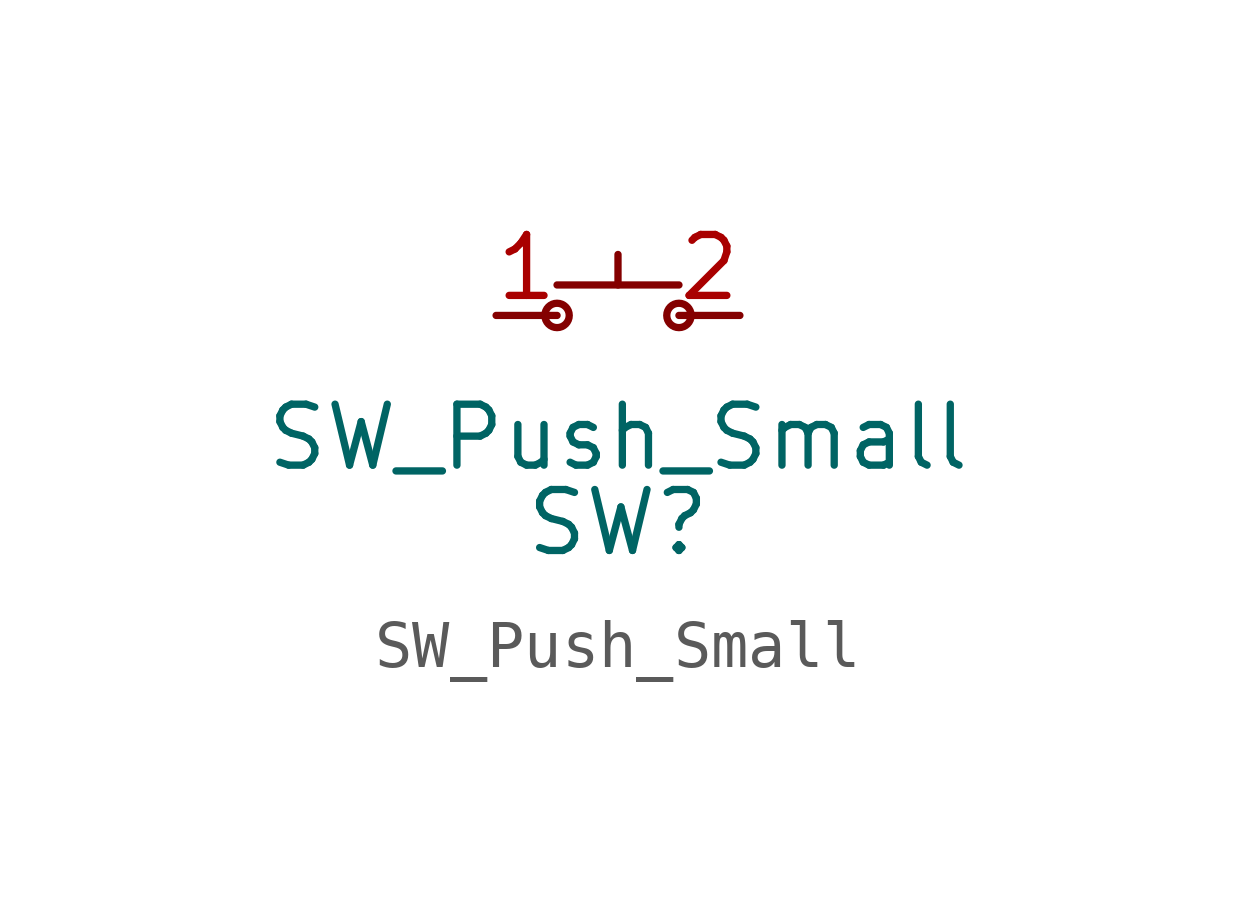
<source format=kicad_sym>
(kicad_symbol_lib
  (version 20220914)
  (generator kicad_symbol_editor)
  (symbol "SW_Push_Small"
    (pin_names
      (offset 0) hide)
    (property "Reference" "SW"
      (at 0 -4.318 0)
      (effects (font (size 1.27 1.27))))
    (property "Value" "SW_Push_Small"
      (at 0 -2.54 0)
      (effects (font (size 1.27 1.27))))
    (symbol "SW_Push_Small_0_1"
      (circle (center -1.27 0) (radius 0.254) (stroke (width 0) (type default)) (fill (type none)))
      (polyline (pts (xy -1.27 0.635) (xy 1.27 0.635)) (stroke (width 0) (type default)) (fill (type none)))
      (polyline (pts (xy 0 0.635) (xy 0 1.27)) (stroke (width 0) (type default)) (fill (type none)))
      (circle (center 1.27 0) (radius 0.254) (stroke (width 0) (type default)) (fill (type none))))
    (symbol "SW_Push_Small_1_1"
      (pin passive line (at -2.54 0 0) (length 1.27) (name "A" (effects (font (size 1.27 1.27)))) (number "1" (effects (font (size 1.27 1.27)))))
      (pin passive line (at 2.54 0 180) (length 1.27) (name "B" (effects (font (size 1.27 1.27)))) (number "2" (effects (font (size 1.27 1.27))))))))
</source>
